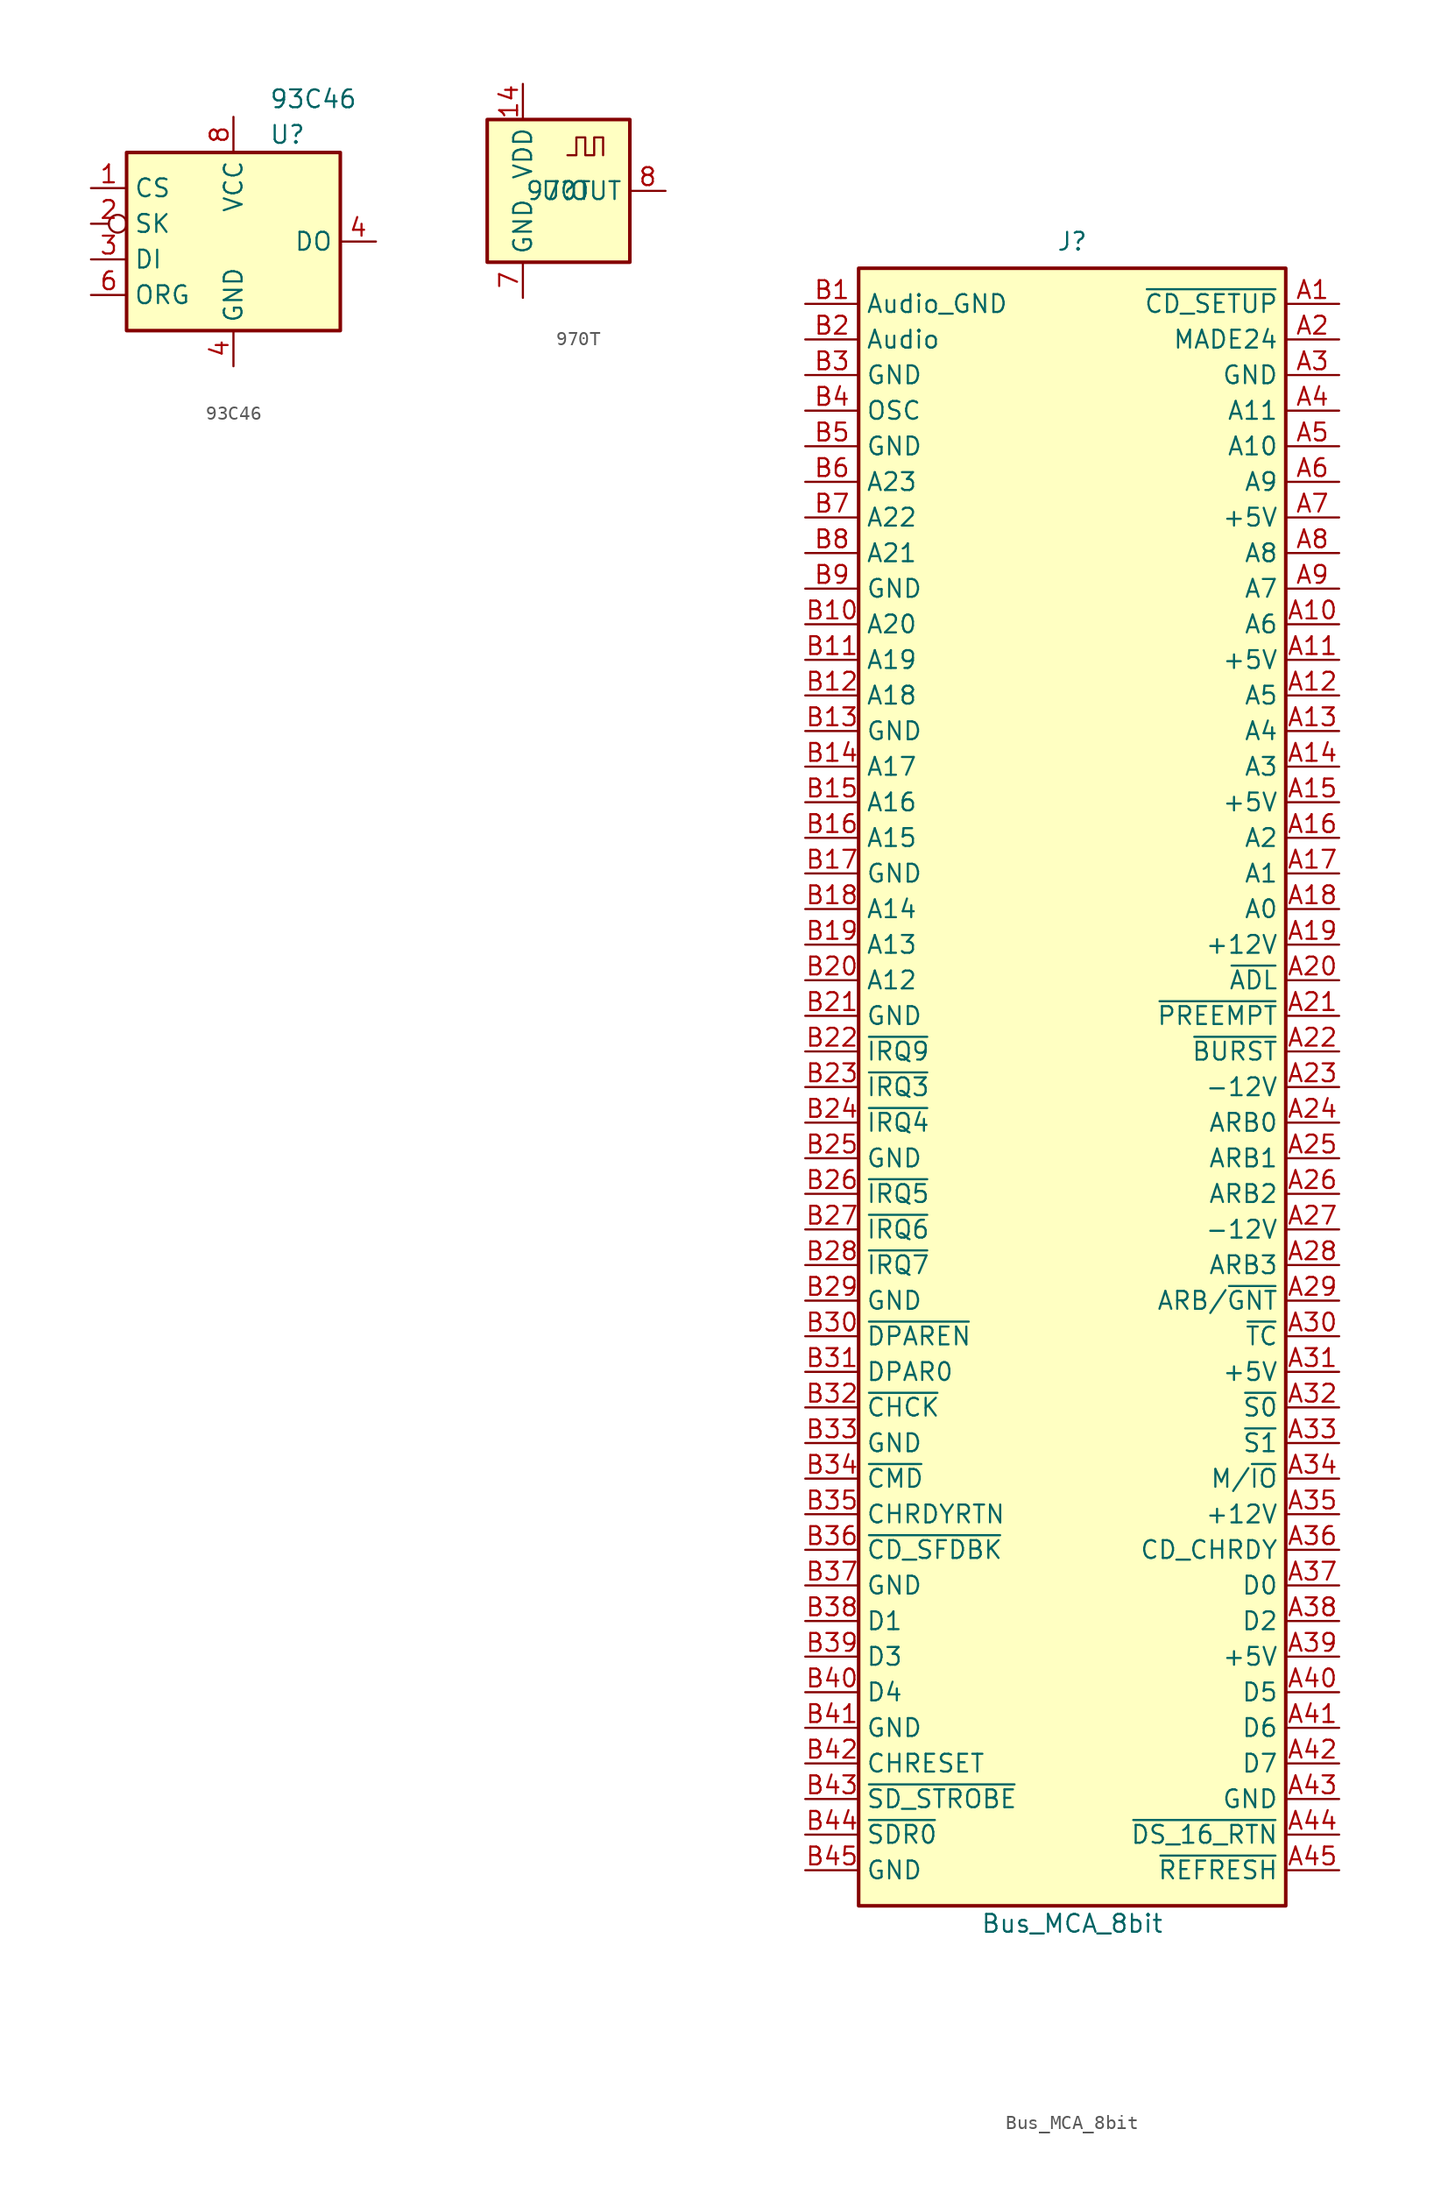
<source format=kicad_sym>
(kicad_symbol_lib
  (version 20231120)
  (generator "kicad_symbol_editor")
  (generator_version "8.0")
  (symbol "93C46"
    (property "Reference" "U"
      (at 2.54 7.62 0)
      (effects (font (size 1.27 1.27)) (justify left)))
    (property "Value" "93C46"
      (at 2.54 10.16 0)
      (effects (font (size 1.27 1.27)) (justify left)))
    (symbol "93C46_1_1"
      (rectangle (start -7.62 6.35) (end 7.62 -6.35) (stroke (width 0.254) (type default)) (fill (type background)))
      (pin input line (at -10.16 3.81 0) (length 2.54) (name "CS" (effects (font (size 1.27 1.27)))) (number "1" (effects (font (size 1.27 1.27)))))
      (pin input inverted (at -10.16 1.27 0) (length 2.54) (name "SK" (effects (font (size 1.27 1.27)))) (number "2" (effects (font (size 1.27 1.27)))))
      (pin input line (at -10.16 -1.27 0) (length 2.54) (name "DI" (effects (font (size 1.27 1.27)))) (number "3" (effects (font (size 1.27 1.27)))))
      (pin output line (at 10.16 0 180) (length 2.54) (name "DO" (effects (font (size 1.27 1.27)))) (number "4" (effects (font (size 1.27 1.27)))))
      (pin power_in line (at 0 -8.89 90) (length 2.54) (name "GND" (effects (font (size 1.27 1.27)))) (number "4" (effects (font (size 1.27 1.27)))))
      (pin input line (at -10.16 -3.81 0) (length 2.54) (name "ORG" (effects (font (size 1.27 1.27)))) (number "6" (effects (font (size 1.27 1.27)))))
      (pin power_in line (at 0 8.89 270) (length 2.54) (name "VCC" (effects (font (size 1.27 1.27)))) (number "8" (effects (font (size 1.27 1.27)))))))
  (symbol "970T"
    (property "Reference" "U"
      (at 0 0 0)
      (effects (font (size 1.27 1.27))))
    (property "Value" "970T"
      (at 0 0 0)
      (effects (font (size 1.27 1.27))))
    (symbol "970T_0_1"
      (rectangle (start -5.08 5.08) (end 5.08 -5.08) (stroke (width 0.254) (type default)) (fill (type background)))
      (polyline (pts (xy 0.635 2.54) (xy 1.27 2.54) (xy 1.27 3.81) (xy 1.905 3.81) (xy 1.905 2.54) (xy 2.54 2.54) (xy 2.54 3.81) (xy 3.175 3.81) (xy 3.175 2.54)) (stroke (width 0) (type default)) (fill (type none))))
    (symbol "970T_1_1"
      (pin power_in line (at -2.54 7.62 270) (length 2.54) (name "VDD" (effects (font (size 1.27 1.27)))) (number "14" (effects (font (size 1.27 1.27)))))
      (pin passive line (at -2.54 -7.62 90) (length 2.54) hide (name "GND" (effects (font (size 1.27 1.27)))) (number "2" (effects (font (size 1.27 1.27)))))
      (pin power_in line (at -2.54 -7.62 90) (length 2.54) (name "GND" (effects (font (size 1.27 1.27)))) (number "7" (effects (font (size 1.27 1.27)))))
      (pin output line (at 7.62 0 180) (length 2.54) (name "OUT" (effects (font (size 1.27 1.27)))) (number "8" (effects (font (size 1.27 1.27)))))))
  (symbol "Bus_MCA_8bit"
    (property "Reference" "J"
      (at 0 60.325 0)
      (effects (font (size 1.27 1.27))))
    (property "Value" "Bus_MCA_8bit"
      (at 0 -59.69 0)
      (effects (font (size 1.27 1.27))))
    (symbol "Bus_MCA_8bit_0_1"
      (rectangle (start -15.24 58.42) (end 15.24 -58.42) (stroke (width 0.254) (type default)) (fill (type background))))
    (symbol "Bus_MCA_8bit_1_1"
      (pin unspecified line (at 19.05 55.88 180) (length 3.81) (name "~{CD_SETUP}" (effects (font (size 1.27 1.27)))) (number "A1" (effects (font (size 1.27 1.27)))))
      (pin unspecified line (at 19.05 33.02 180) (length 3.81) (name "A6" (effects (font (size 1.27 1.27)))) (number "A10" (effects (font (size 1.27 1.27)))))
      (pin power_in line (at 19.05 30.48 180) (length 3.81) (name "+5V" (effects (font (size 1.27 1.27)))) (number "A11" (effects (font (size 1.27 1.27)))))
      (pin unspecified line (at 19.05 27.94 180) (length 3.81) (name "A5" (effects (font (size 1.27 1.27)))) (number "A12" (effects (font (size 1.27 1.27)))))
      (pin unspecified line (at 19.05 25.4 180) (length 3.81) (name "A4" (effects (font (size 1.27 1.27)))) (number "A13" (effects (font (size 1.27 1.27)))))
      (pin unspecified line (at 19.05 22.86 180) (length 3.81) (name "A3" (effects (font (size 1.27 1.27)))) (number "A14" (effects (font (size 1.27 1.27)))))
      (pin power_in line (at 19.05 20.32 180) (length 3.81) (name "+5V" (effects (font (size 1.27 1.27)))) (number "A15" (effects (font (size 1.27 1.27)))))
      (pin unspecified line (at 19.05 17.78 180) (length 3.81) (name "A2" (effects (font (size 1.27 1.27)))) (number "A16" (effects (font (size 1.27 1.27)))))
      (pin unspecified line (at 19.05 15.24 180) (length 3.81) (name "A1" (effects (font (size 1.27 1.27)))) (number "A17" (effects (font (size 1.27 1.27)))))
      (pin unspecified line (at 19.05 12.7 180) (length 3.81) (name "A0" (effects (font (size 1.27 1.27)))) (number "A18" (effects (font (size 1.27 1.27)))))
      (pin power_in line (at 19.05 10.16 180) (length 3.81) (name "+12V" (effects (font (size 1.27 1.27)))) (number "A19" (effects (font (size 1.27 1.27)))))
      (pin unspecified line (at 19.05 53.34 180) (length 3.81) (name "MADE24" (effects (font (size 1.27 1.27)))) (number "A2" (effects (font (size 1.27 1.27)))))
      (pin unspecified line (at 19.05 7.62 180) (length 3.81) (name "~{ADL}" (effects (font (size 1.27 1.27)))) (number "A20" (effects (font (size 1.27 1.27)))))
      (pin unspecified line (at 19.05 5.08 180) (length 3.81) (name "~{PREEMPT}" (effects (font (size 1.27 1.27)))) (number "A21" (effects (font (size 1.27 1.27)))))
      (pin unspecified line (at 19.05 2.54 180) (length 3.81) (name "~{BURST}" (effects (font (size 1.27 1.27)))) (number "A22" (effects (font (size 1.27 1.27)))))
      (pin power_in line (at 19.05 0 180) (length 3.81) (name "-12V" (effects (font (size 1.27 1.27)))) (number "A23" (effects (font (size 1.27 1.27)))))
      (pin unspecified line (at 19.05 -2.54 180) (length 3.81) (name "ARB0" (effects (font (size 1.27 1.27)))) (number "A24" (effects (font (size 1.27 1.27)))))
      (pin unspecified line (at 19.05 -5.08 180) (length 3.81) (name "ARB1" (effects (font (size 1.27 1.27)))) (number "A25" (effects (font (size 1.27 1.27)))))
      (pin unspecified line (at 19.05 -7.62 180) (length 3.81) (name "ARB2" (effects (font (size 1.27 1.27)))) (number "A26" (effects (font (size 1.27 1.27)))))
      (pin power_in line (at 19.05 -10.16 180) (length 3.81) (name "-12V" (effects (font (size 1.27 1.27)))) (number "A27" (effects (font (size 1.27 1.27)))))
      (pin unspecified line (at 19.05 -12.7 180) (length 3.81) (name "ARB3" (effects (font (size 1.27 1.27)))) (number "A28" (effects (font (size 1.27 1.27)))))
      (pin unspecified line (at 19.05 -15.24 180) (length 3.81) (name "ARB/~{GNT}" (effects (font (size 1.27 1.27)))) (number "A29" (effects (font (size 1.27 1.27)))))
      (pin power_in line (at 19.05 50.8 180) (length 3.81) (name "GND" (effects (font (size 1.27 1.27)))) (number "A3" (effects (font (size 1.27 1.27)))))
      (pin unspecified line (at 19.05 -17.78 180) (length 3.81) (name "~{TC}" (effects (font (size 1.27 1.27)))) (number "A30" (effects (font (size 1.27 1.27)))))
      (pin power_in line (at 19.05 -20.32 180) (length 3.81) (name "+5V" (effects (font (size 1.27 1.27)))) (number "A31" (effects (font (size 1.27 1.27)))))
      (pin unspecified line (at 19.05 -22.86 180) (length 3.81) (name "~{S0}" (effects (font (size 1.27 1.27)))) (number "A32" (effects (font (size 1.27 1.27)))))
      (pin unspecified line (at 19.05 -25.4 180) (length 3.81) (name "~{S1}" (effects (font (size 1.27 1.27)))) (number "A33" (effects (font (size 1.27 1.27)))))
      (pin unspecified line (at 19.05 -27.94 180) (length 3.81) (name "M/~{IO}" (effects (font (size 1.27 1.27)))) (number "A34" (effects (font (size 1.27 1.27)))))
      (pin power_in line (at 19.05 -30.48 180) (length 3.81) (name "+12V" (effects (font (size 1.27 1.27)))) (number "A35" (effects (font (size 1.27 1.27)))))
      (pin unspecified line (at 19.05 -33.02 180) (length 3.81) (name "CD_CHRDY" (effects (font (size 1.27 1.27)))) (number "A36" (effects (font (size 1.27 1.27)))))
      (pin unspecified line (at 19.05 -35.56 180) (length 3.81) (name "D0" (effects (font (size 1.27 1.27)))) (number "A37" (effects (font (size 1.27 1.27)))))
      (pin unspecified line (at 19.05 -38.1 180) (length 3.81) (name "D2" (effects (font (size 1.27 1.27)))) (number "A38" (effects (font (size 1.27 1.27)))))
      (pin power_in line (at 19.05 -40.64 180) (length 3.81) (name "+5V" (effects (font (size 1.27 1.27)))) (number "A39" (effects (font (size 1.27 1.27)))))
      (pin unspecified line (at 19.05 48.26 180) (length 3.81) (name "A11" (effects (font (size 1.27 1.27)))) (number "A4" (effects (font (size 1.27 1.27)))))
      (pin unspecified line (at 19.05 -43.18 180) (length 3.81) (name "D5" (effects (font (size 1.27 1.27)))) (number "A40" (effects (font (size 1.27 1.27)))))
      (pin unspecified line (at 19.05 -45.72 180) (length 3.81) (name "D6" (effects (font (size 1.27 1.27)))) (number "A41" (effects (font (size 1.27 1.27)))))
      (pin unspecified line (at 19.05 -48.26 180) (length 3.81) (name "D7" (effects (font (size 1.27 1.27)))) (number "A42" (effects (font (size 1.27 1.27)))))
      (pin power_in line (at 19.05 -50.8 180) (length 3.81) (name "GND" (effects (font (size 1.27 1.27)))) (number "A43" (effects (font (size 1.27 1.27)))))
      (pin unspecified line (at 19.05 -53.34 180) (length 3.81) (name "~{DS_16_RTN}" (effects (font (size 1.27 1.27)))) (number "A44" (effects (font (size 1.27 1.27)))))
      (pin unspecified line (at 19.05 -55.88 180) (length 3.81) (name "~{REFRESH}" (effects (font (size 1.27 1.27)))) (number "A45" (effects (font (size 1.27 1.27)))))
      (pin unspecified line (at 19.05 45.72 180) (length 3.81) (name "A10" (effects (font (size 1.27 1.27)))) (number "A5" (effects (font (size 1.27 1.27)))))
      (pin unspecified line (at 19.05 43.18 180) (length 3.81) (name "A9" (effects (font (size 1.27 1.27)))) (number "A6" (effects (font (size 1.27 1.27)))))
      (pin power_in line (at 19.05 40.64 180) (length 3.81) (name "+5V" (effects (font (size 1.27 1.27)))) (number "A7" (effects (font (size 1.27 1.27)))))
      (pin unspecified line (at 19.05 38.1 180) (length 3.81) (name "A8" (effects (font (size 1.27 1.27)))) (number "A8" (effects (font (size 1.27 1.27)))))
      (pin unspecified line (at 19.05 35.56 180) (length 3.81) (name "A7" (effects (font (size 1.27 1.27)))) (number "A9" (effects (font (size 1.27 1.27)))))
      (pin power_in line (at -19.05 55.88 0) (length 3.81) (name "Audio_GND" (effects (font (size 1.27 1.27)))) (number "B1" (effects (font (size 1.27 1.27)))))
      (pin unspecified line (at -19.05 33.02 0) (length 3.81) (name "A20" (effects (font (size 1.27 1.27)))) (number "B10" (effects (font (size 1.27 1.27)))))
      (pin unspecified line (at -19.05 30.48 0) (length 3.81) (name "A19" (effects (font (size 1.27 1.27)))) (number "B11" (effects (font (size 1.27 1.27)))))
      (pin unspecified line (at -19.05 27.94 0) (length 3.81) (name "A18" (effects (font (size 1.27 1.27)))) (number "B12" (effects (font (size 1.27 1.27)))))
      (pin power_in line (at -19.05 25.4 0) (length 3.81) (name "GND" (effects (font (size 1.27 1.27)))) (number "B13" (effects (font (size 1.27 1.27)))))
      (pin unspecified line (at -19.05 22.86 0) (length 3.81) (name "A17" (effects (font (size 1.27 1.27)))) (number "B14" (effects (font (size 1.27 1.27)))))
      (pin unspecified line (at -19.05 20.32 0) (length 3.81) (name "A16" (effects (font (size 1.27 1.27)))) (number "B15" (effects (font (size 1.27 1.27)))))
      (pin unspecified line (at -19.05 17.78 0) (length 3.81) (name "A15" (effects (font (size 1.27 1.27)))) (number "B16" (effects (font (size 1.27 1.27)))))
      (pin power_in line (at -19.05 15.24 0) (length 3.81) (name "GND" (effects (font (size 1.27 1.27)))) (number "B17" (effects (font (size 1.27 1.27)))))
      (pin unspecified line (at -19.05 12.7 0) (length 3.81) (name "A14" (effects (font (size 1.27 1.27)))) (number "B18" (effects (font (size 1.27 1.27)))))
      (pin unspecified line (at -19.05 10.16 0) (length 3.81) (name "A13" (effects (font (size 1.27 1.27)))) (number "B19" (effects (font (size 1.27 1.27)))))
      (pin bidirectional line (at -19.05 53.34 0) (length 3.81) (name "Audio" (effects (font (size 1.27 1.27)))) (number "B2" (effects (font (size 1.27 1.27)))))
      (pin unspecified line (at -19.05 7.62 0) (length 3.81) (name "A12" (effects (font (size 1.27 1.27)))) (number "B20" (effects (font (size 1.27 1.27)))))
      (pin power_in line (at -19.05 5.08 0) (length 3.81) (name "GND" (effects (font (size 1.27 1.27)))) (number "B21" (effects (font (size 1.27 1.27)))))
      (pin unspecified line (at -19.05 2.54 0) (length 3.81) (name "~{IRQ9}" (effects (font (size 1.27 1.27)))) (number "B22" (effects (font (size 1.27 1.27)))))
      (pin unspecified line (at -19.05 0 0) (length 3.81) (name "~{IRQ3}" (effects (font (size 1.27 1.27)))) (number "B23" (effects (font (size 1.27 1.27)))))
      (pin unspecified line (at -19.05 -2.54 0) (length 3.81) (name "~{IRQ4}" (effects (font (size 1.27 1.27)))) (number "B24" (effects (font (size 1.27 1.27)))))
      (pin power_in line (at -19.05 -5.08 0) (length 3.81) (name "GND" (effects (font (size 1.27 1.27)))) (number "B25" (effects (font (size 1.27 1.27)))))
      (pin unspecified line (at -19.05 -7.62 0) (length 3.81) (name "~{IRQ5}" (effects (font (size 1.27 1.27)))) (number "B26" (effects (font (size 1.27 1.27)))))
      (pin unspecified line (at -19.05 -10.16 0) (length 3.81) (name "~{IRQ6}" (effects (font (size 1.27 1.27)))) (number "B27" (effects (font (size 1.27 1.27)))))
      (pin unspecified line (at -19.05 -12.7 0) (length 3.81) (name "~{IRQ7}" (effects (font (size 1.27 1.27)))) (number "B28" (effects (font (size 1.27 1.27)))))
      (pin power_in line (at -19.05 -15.24 0) (length 3.81) (name "GND" (effects (font (size 1.27 1.27)))) (number "B29" (effects (font (size 1.27 1.27)))))
      (pin power_in line (at -19.05 50.8 0) (length 3.81) (name "GND" (effects (font (size 1.27 1.27)))) (number "B3" (effects (font (size 1.27 1.27)))))
      (pin unspecified line (at -19.05 -17.78 0) (length 3.81) (name "~{DPAREN}" (effects (font (size 1.27 1.27)))) (number "B30" (effects (font (size 1.27 1.27)))))
      (pin unspecified line (at -19.05 -20.32 0) (length 3.81) (name "DPAR0" (effects (font (size 1.27 1.27)))) (number "B31" (effects (font (size 1.27 1.27)))))
      (pin unspecified line (at -19.05 -22.86 0) (length 3.81) (name "~{CHCK}" (effects (font (size 1.27 1.27)))) (number "B32" (effects (font (size 1.27 1.27)))))
      (pin power_in line (at -19.05 -25.4 0) (length 3.81) (name "GND" (effects (font (size 1.27 1.27)))) (number "B33" (effects (font (size 1.27 1.27)))))
      (pin unspecified line (at -19.05 -27.94 0) (length 3.81) (name "~{CMD}" (effects (font (size 1.27 1.27)))) (number "B34" (effects (font (size 1.27 1.27)))))
      (pin unspecified line (at -19.05 -30.48 0) (length 3.81) (name "CHRDYRTN" (effects (font (size 1.27 1.27)))) (number "B35" (effects (font (size 1.27 1.27)))))
      (pin unspecified line (at -19.05 -33.02 0) (length 3.81) (name "~{CD_SFDBK}" (effects (font (size 1.27 1.27)))) (number "B36" (effects (font (size 1.27 1.27)))))
      (pin power_in line (at -19.05 -35.56 0) (length 3.81) (name "GND" (effects (font (size 1.27 1.27)))) (number "B37" (effects (font (size 1.27 1.27)))))
      (pin unspecified line (at -19.05 -38.1 0) (length 3.81) (name "D1" (effects (font (size 1.27 1.27)))) (number "B38" (effects (font (size 1.27 1.27)))))
      (pin unspecified line (at -19.05 -40.64 0) (length 3.81) (name "D3" (effects (font (size 1.27 1.27)))) (number "B39" (effects (font (size 1.27 1.27)))))
      (pin unspecified line (at -19.05 48.26 0) (length 3.81) (name "OSC" (effects (font (size 1.27 1.27)))) (number "B4" (effects (font (size 1.27 1.27)))))
      (pin unspecified line (at -19.05 -43.18 0) (length 3.81) (name "D4" (effects (font (size 1.27 1.27)))) (number "B40" (effects (font (size 1.27 1.27)))))
      (pin power_in line (at -19.05 -45.72 0) (length 3.81) (name "GND" (effects (font (size 1.27 1.27)))) (number "B41" (effects (font (size 1.27 1.27)))))
      (pin unspecified line (at -19.05 -48.26 0) (length 3.81) (name "CHRESET" (effects (font (size 1.27 1.27)))) (number "B42" (effects (font (size 1.27 1.27)))))
      (pin unspecified line (at -19.05 -50.8 0) (length 3.81) (name "~{SD_STROBE}" (effects (font (size 1.27 1.27)))) (number "B43" (effects (font (size 1.27 1.27)))))
      (pin unspecified line (at -19.05 -53.34 0) (length 3.81) (name "~{SDR0}" (effects (font (size 1.27 1.27)))) (number "B44" (effects (font (size 1.27 1.27)))))
      (pin power_in line (at -19.05 -55.88 0) (length 3.81) (name "GND" (effects (font (size 1.27 1.27)))) (number "B45" (effects (font (size 1.27 1.27)))))
      (pin power_in line (at -19.05 45.72 0) (length 3.81) (name "GND" (effects (font (size 1.27 1.27)))) (number "B5" (effects (font (size 1.27 1.27)))))
      (pin unspecified line (at -19.05 43.18 0) (length 3.81) (name "A23" (effects (font (size 1.27 1.27)))) (number "B6" (effects (font (size 1.27 1.27)))))
      (pin unspecified line (at -19.05 40.64 0) (length 3.81) (name "A22" (effects (font (size 1.27 1.27)))) (number "B7" (effects (font (size 1.27 1.27)))))
      (pin unspecified line (at -19.05 38.1 0) (length 3.81) (name "A21" (effects (font (size 1.27 1.27)))) (number "B8" (effects (font (size 1.27 1.27)))))
      (pin power_in line (at -19.05 35.56 0) (length 3.81) (name "GND" (effects (font (size 1.27 1.27)))) (number "B9" (effects (font (size 1.27 1.27))))))))
</source>
